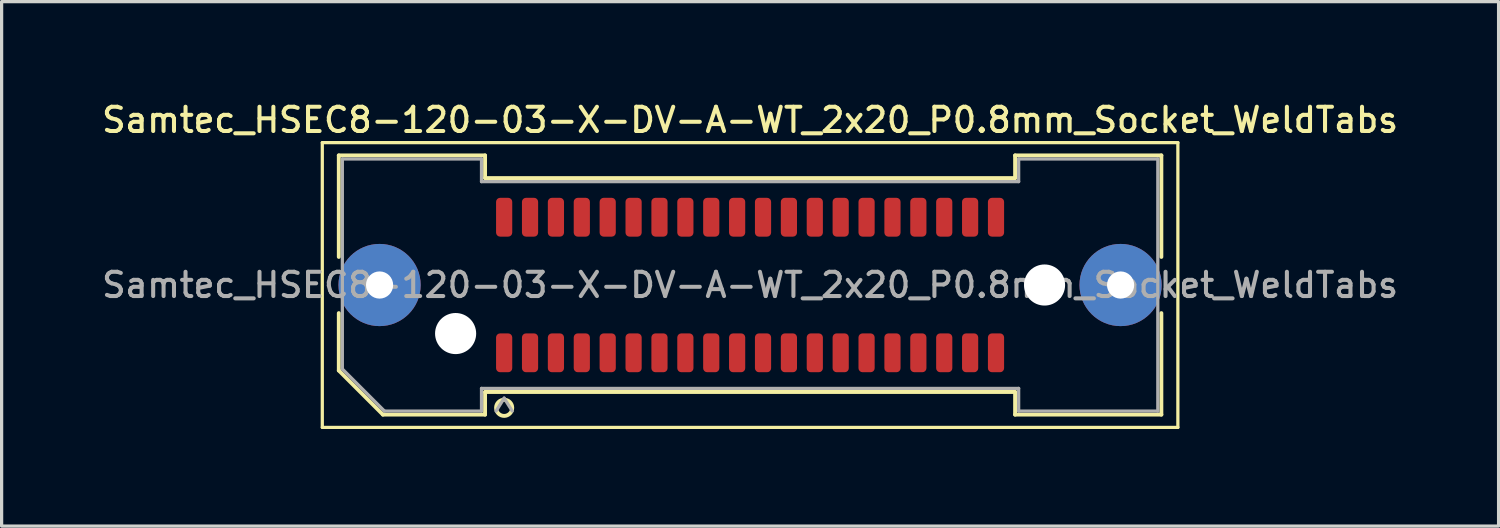
<source format=kicad_pcb>
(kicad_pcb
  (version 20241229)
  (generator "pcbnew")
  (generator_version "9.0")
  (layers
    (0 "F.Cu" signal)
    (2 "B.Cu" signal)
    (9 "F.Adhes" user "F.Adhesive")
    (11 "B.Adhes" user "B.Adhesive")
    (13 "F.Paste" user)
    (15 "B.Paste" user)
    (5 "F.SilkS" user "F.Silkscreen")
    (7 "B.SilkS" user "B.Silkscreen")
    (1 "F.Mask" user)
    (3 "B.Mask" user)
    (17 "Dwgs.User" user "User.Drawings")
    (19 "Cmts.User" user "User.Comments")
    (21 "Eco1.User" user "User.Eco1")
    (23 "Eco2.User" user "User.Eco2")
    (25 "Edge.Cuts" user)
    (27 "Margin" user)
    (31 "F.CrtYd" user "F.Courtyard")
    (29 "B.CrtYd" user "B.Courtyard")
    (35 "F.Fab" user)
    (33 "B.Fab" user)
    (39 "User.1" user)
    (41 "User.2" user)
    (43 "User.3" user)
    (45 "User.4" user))
  (footprint "Samtec_HSEC8-120-03-X-DV-A-WT_2x20_P0.8mm_Socket_WeldTabs"
    (layer "F.Cu")
    (at 20.13 5.758)
    (property "Reference" "Samtec_HSEC8-120-03-X-DV-A-WT_2x20_P0.8mm_Socket_WeldTabs" (at 0 -5.1 0) (layer "F.SilkS") (effects (font (size 0.75 0.75) (thickness 0.125))))
    (attr smd)
    (fp_line (start -13.22 -4.4) (end -13.22 4.4) (stroke (width 0.1) (type solid)) (layer "F.SilkS"))
    (fp_line (start -13.22 4.4) (end 13.22 4.4) (stroke (width 0.1) (type solid)) (layer "F.SilkS"))
    (fp_line (start -12.71 -4.005) (end -8.19 -4.005) (stroke (width 0.12) (type solid)) (layer "F.SilkS"))
    (fp_line (start -12.71 -0.868) (end -12.71 -4.005) (stroke (width 0.12) (type solid)) (layer "F.SilkS"))
    (fp_line (start -12.71 2.641) (end -12.71 0.868) (stroke (width 0.12) (type solid)) (layer "F.SilkS"))
    (fp_line (start -11.346 4.005) (end -12.71 2.641) (stroke (width 0.12) (type solid)) (layer "F.SilkS"))
    (fp_line (start -8.19 -4.005) (end -8.19 -3.305) (stroke (width 0.12) (type solid)) (layer "F.SilkS"))
    (fp_line (start -8.19 -3.305) (end 8.19 -3.305) (stroke (width 0.12) (type solid)) (layer "F.SilkS"))
    (fp_line (start -8.19 3.305) (end -8.19 4.005) (stroke (width 0.12) (type solid)) (layer "F.SilkS"))
    (fp_line (start -8.19 4.005) (end -11.346 4.005) (stroke (width 0.12) (type solid)) (layer "F.SilkS"))
    (fp_line (start 8.19 -4.005) (end 12.71 -4.005) (stroke (width 0.12) (type solid)) (layer "F.SilkS"))
    (fp_line (start 8.19 -3.305) (end 8.19 -4.005) (stroke (width 0.12) (type solid)) (layer "F.SilkS"))
    (fp_line (start 8.19 3.305) (end -8.19 3.305) (stroke (width 0.12) (type solid)) (layer "F.SilkS"))
    (fp_line (start 8.19 4.005) (end 8.19 3.305) (stroke (width 0.12) (type solid)) (layer "F.SilkS"))
    (fp_line (start 12.71 -4.005) (end 12.71 -0.868) (stroke (width 0.12) (type solid)) (layer "F.SilkS"))
    (fp_line (start 12.71 0.868) (end 12.71 4.005) (stroke (width 0.12) (type solid)) (layer "F.SilkS"))
    (fp_line (start 12.71 4.005) (end 8.19 4.005) (stroke (width 0.12) (type solid)) (layer "F.SilkS"))
    (fp_line (start 13.22 -4.4) (end -13.22 -4.4) (stroke (width 0.1) (type solid)) (layer "F.SilkS"))
    (fp_line (start 13.22 4.4) (end 13.22 -4.4) (stroke (width 0.1) (type solid)) (layer "F.SilkS"))
    (fp_arc (start -7.35 3.795) (mid -7.85 3.795) (end -7.35 3.795) (stroke (width 0.12) (type solid)) (layer "F.SilkS"))
    (fp_line (start -12.6 -3.895) (end -8.3 -3.895) (stroke (width 0.1) (type solid)) (layer "F.Fab"))
    (fp_line (start -12.6 2.595) (end -12.6 -3.895) (stroke (width 0.1) (type solid)) (layer "F.Fab"))
    (fp_line (start -11.3 3.895) (end -12.6 2.595) (stroke (width 0.1) (type solid)) (layer "F.Fab"))
    (fp_line (start -8.3 -3.895) (end -8.3 -3.195) (stroke (width 0.1) (type solid)) (layer "F.Fab"))
    (fp_line (start -8.3 -3.195) (end 8.3 -3.195) (stroke (width 0.1) (type solid)) (layer "F.Fab"))
    (fp_line (start -8.3 3.195) (end -8.3 3.895) (stroke (width 0.1) (type solid)) (layer "F.Fab"))
    (fp_line (start -8.3 3.895) (end -11.3 3.895) (stroke (width 0.1) (type solid)) (layer "F.Fab"))
    (fp_line (start -7.6 3.495) (end -7.85 3.895) (stroke (width 0.1) (type solid)) (layer "F.Fab"))
    (fp_line (start -7.6 3.495) (end -7.35 3.895) (stroke (width 0.1) (type solid)) (layer "F.Fab"))
    (fp_line (start 8.3 -3.895) (end 12.6 -3.895) (stroke (width 0.1) (type solid)) (layer "F.Fab"))
    (fp_line (start 8.3 -3.195) (end 8.3 -3.895) (stroke (width 0.1) (type solid)) (layer "F.Fab"))
    (fp_line (start 8.3 3.195) (end -8.3 3.195) (stroke (width 0.1) (type solid)) (layer "F.Fab"))
    (fp_line (start 8.3 3.895) (end 8.3 3.195) (stroke (width 0.1) (type solid)) (layer "F.Fab"))
    (fp_line (start 12.6 -3.895) (end 12.6 3.895) (stroke (width 0.1) (type solid)) (layer "F.Fab"))
    (fp_line (start 12.6 3.895) (end 8.3 3.895) (stroke (width 0.1) (type solid)) (layer "F.Fab"))
    (fp_text user "${REFERENCE}" (at 0 0 0) (layer "F.Fab") (effects (font (size 0.75 0.75) (thickness 0.125))))
    (pad "" thru_hole circle (at -11.45 0) (size 2.54 2.54) (drill 0.84) (layers "*.Cu" "*.Mask" "F.Paste"))
    (pad "" np_thru_hole circle (at -9.1 1.5) (size 1.27 1.27) (drill 1.27) (layers "*.Cu" "*.Mask"))
    (pad "" np_thru_hole circle (at 9.1 0) (size 1.27 1.27) (drill 1.27) (layers "*.Cu" "*.Mask"))
    (pad "" thru_hole circle (at 11.45 0) (size 2.54 2.54) (drill 0.84) (layers "*.Cu" "*.Mask" "F.Paste"))
    (pad "1" smd roundrect (at -7.6 2.095) (size 0.5 1.2) (layers "F.Cu" "F.Mask" "F.Paste") (roundrect_rratio 0.25))
    (pad "2" smd roundrect (at -7.6 -2.095) (size 0.5 1.2) (layers "F.Cu" "F.Mask" "F.Paste") (roundrect_rratio 0.25))
    (pad "3" smd roundrect (at -6.8 2.095) (size 0.5 1.2) (layers "F.Cu" "F.Mask" "F.Paste") (roundrect_rratio 0.25))
    (pad "4" smd roundrect (at -6.8 -2.095) (size 0.5 1.2) (layers "F.Cu" "F.Mask" "F.Paste") (roundrect_rratio 0.25))
    (pad "5" smd roundrect (at -6 2.095) (size 0.5 1.2) (layers "F.Cu" "F.Mask" "F.Paste") (roundrect_rratio 0.25))
    (pad "6" smd roundrect (at -6 -2.095) (size 0.5 1.2) (layers "F.Cu" "F.Mask" "F.Paste") (roundrect_rratio 0.25))
    (pad "7" smd roundrect (at -5.2 2.095) (size 0.5 1.2) (layers "F.Cu" "F.Mask" "F.Paste") (roundrect_rratio 0.25))
    (pad "8" smd roundrect (at -5.2 -2.095) (size 0.5 1.2) (layers "F.Cu" "F.Mask" "F.Paste") (roundrect_rratio 0.25))
    (pad "9" smd roundrect (at -4.4 2.095) (size 0.5 1.2) (layers "F.Cu" "F.Mask" "F.Paste") (roundrect_rratio 0.25))
    (pad "10" smd roundrect (at -4.4 -2.095) (size 0.5 1.2) (layers "F.Cu" "F.Mask" "F.Paste") (roundrect_rratio 0.25))
    (pad "11" smd roundrect (at -3.6 2.095) (size 0.5 1.2) (layers "F.Cu" "F.Mask" "F.Paste") (roundrect_rratio 0.25))
    (pad "12" smd roundrect (at -3.6 -2.095) (size 0.5 1.2) (layers "F.Cu" "F.Mask" "F.Paste") (roundrect_rratio 0.25))
    (pad "13" smd roundrect (at -2.8 2.095) (size 0.5 1.2) (layers "F.Cu" "F.Mask" "F.Paste") (roundrect_rratio 0.25))
    (pad "14" smd roundrect (at -2.8 -2.095) (size 0.5 1.2) (layers "F.Cu" "F.Mask" "F.Paste") (roundrect_rratio 0.25))
    (pad "15" smd roundrect (at -2 2.095) (size 0.5 1.2) (layers "F.Cu" "F.Mask" "F.Paste") (roundrect_rratio 0.25))
    (pad "16" smd roundrect (at -2 -2.095) (size 0.5 1.2) (layers "F.Cu" "F.Mask" "F.Paste") (roundrect_rratio 0.25))
    (pad "17" smd roundrect (at -1.2 2.095) (size 0.5 1.2) (layers "F.Cu" "F.Mask" "F.Paste") (roundrect_rratio 0.25))
    (pad "18" smd roundrect (at -1.2 -2.095) (size 0.5 1.2) (layers "F.Cu" "F.Mask" "F.Paste") (roundrect_rratio 0.25))
    (pad "19" smd roundrect (at -0.4 2.095) (size 0.5 1.2) (layers "F.Cu" "F.Mask" "F.Paste") (roundrect_rratio 0.25))
    (pad "20" smd roundrect (at -0.4 -2.095) (size 0.5 1.2) (layers "F.Cu" "F.Mask" "F.Paste") (roundrect_rratio 0.25))
    (pad "21" smd roundrect (at 0.4 2.095) (size 0.5 1.2) (layers "F.Cu" "F.Mask" "F.Paste") (roundrect_rratio 0.25))
    (pad "22" smd roundrect (at 0.4 -2.095) (size 0.5 1.2) (layers "F.Cu" "F.Mask" "F.Paste") (roundrect_rratio 0.25))
    (pad "23" smd roundrect (at 1.2 2.095) (size 0.5 1.2) (layers "F.Cu" "F.Mask" "F.Paste") (roundrect_rratio 0.25))
    (pad "24" smd roundrect (at 1.2 -2.095) (size 0.5 1.2) (layers "F.Cu" "F.Mask" "F.Paste") (roundrect_rratio 0.25))
    (pad "25" smd roundrect (at 2 2.095) (size 0.5 1.2) (layers "F.Cu" "F.Mask" "F.Paste") (roundrect_rratio 0.25))
    (pad "26" smd roundrect (at 2 -2.095) (size 0.5 1.2) (layers "F.Cu" "F.Mask" "F.Paste") (roundrect_rratio 0.25))
    (pad "27" smd roundrect (at 2.8 2.095) (size 0.5 1.2) (layers "F.Cu" "F.Mask" "F.Paste") (roundrect_rratio 0.25))
    (pad "28" smd roundrect (at 2.8 -2.095) (size 0.5 1.2) (layers "F.Cu" "F.Mask" "F.Paste") (roundrect_rratio 0.25))
    (pad "29" smd roundrect (at 3.6 2.095) (size 0.5 1.2) (layers "F.Cu" "F.Mask" "F.Paste") (roundrect_rratio 0.25))
    (pad "30" smd roundrect (at 3.6 -2.095) (size 0.5 1.2) (layers "F.Cu" "F.Mask" "F.Paste") (roundrect_rratio 0.25))
    (pad "31" smd roundrect (at 4.4 2.095) (size 0.5 1.2) (layers "F.Cu" "F.Mask" "F.Paste") (roundrect_rratio 0.25))
    (pad "32" smd roundrect (at 4.4 -2.095) (size 0.5 1.2) (layers "F.Cu" "F.Mask" "F.Paste") (roundrect_rratio 0.25))
    (pad "33" smd roundrect (at 5.2 2.095) (size 0.5 1.2) (layers "F.Cu" "F.Mask" "F.Paste") (roundrect_rratio 0.25))
    (pad "34" smd roundrect (at 5.2 -2.095) (size 0.5 1.2) (layers "F.Cu" "F.Mask" "F.Paste") (roundrect_rratio 0.25))
    (pad "35" smd roundrect (at 6 2.095) (size 0.5 1.2) (layers "F.Cu" "F.Mask" "F.Paste") (roundrect_rratio 0.25))
    (pad "36" smd roundrect (at 6 -2.095) (size 0.5 1.2) (layers "F.Cu" "F.Mask" "F.Paste") (roundrect_rratio 0.25))
    (pad "37" smd roundrect (at 6.8 2.095) (size 0.5 1.2) (layers "F.Cu" "F.Mask" "F.Paste") (roundrect_rratio 0.25))
    (pad "38" smd roundrect (at 6.8 -2.095) (size 0.5 1.2) (layers "F.Cu" "F.Mask" "F.Paste") (roundrect_rratio 0.25))
    (pad "39" smd roundrect (at 7.6 2.095) (size 0.5 1.2) (layers "F.Cu" "F.Mask" "F.Paste") (roundrect_rratio 0.25))
    (pad "40" smd roundrect (at 7.6 -2.095) (size 0.5 1.2) (layers "F.Cu" "F.Mask" "F.Paste") (roundrect_rratio 0.25)))
  (gr_rect
    (start -3 -3)
    (end 43.261 13.208)
    (stroke (width 0.1) (type default))
    (fill no)
    (layer "Edge.Cuts")))
</source>
